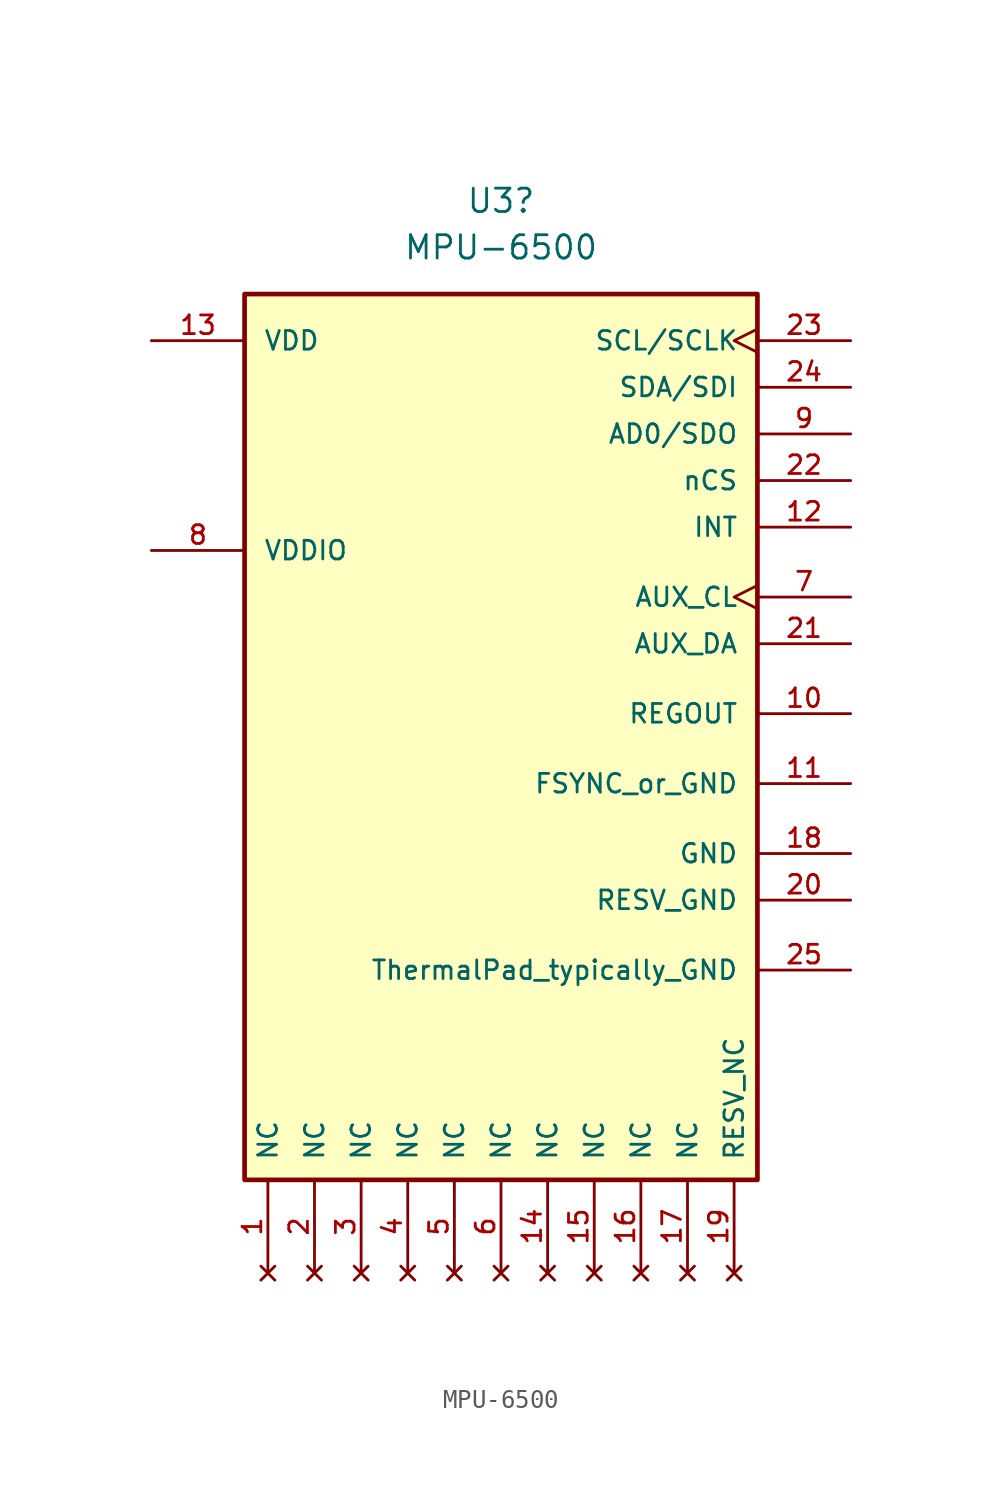
<source format=kicad_sym>
(kicad_symbol_lib
  (version 20241209)
  (generator "kicad_symbol_editor")
  (generator_version "9.0")
  (symbol "MPU-6500"
    (pin_names
      (offset 1.016))
    (property "Reference" "U3"
      (at 0 22.86 0)
      (effects (font (size 1.27 1.27))))
    (property "Value" "MPU-6500"
      (at 0 20.32 0)
      (effects (font (size 1.27 1.27))))
    (property "Qty Multiplier" ""
      (at 0 0 0)
      (effects (font (size 1.27 1.27))))
    (symbol "MPU-6500_0_0"
      (rectangle (start -13.97 17.78) (end 13.97 -30.48) (stroke (width 0.254) (type default)) (fill (type background)))
      (pin power_in line (at -19.05 15.24 0) (length 5.08) (name "VDD" (effects (font (size 1.016 1.016)))) (number "13" (effects (font (size 1.016 1.016)))))
      (pin power_in line (at -19.05 3.81 0) (length 5.08) (name "VDDIO" (effects (font (size 1.016 1.016)))) (number "8" (effects (font (size 1.016 1.016)))))
      (pin no_connect line (at -12.7 -35.56 90) (length 5.08) (name "NC" (effects (font (size 1.016 1.016)))) (number "1" (effects (font (size 1.016 1.016)))))
      (pin no_connect line (at -10.16 -35.56 90) (length 5.08) (name "NC" (effects (font (size 1.016 1.016)))) (number "2" (effects (font (size 1.016 1.016)))))
      (pin no_connect line (at -7.62 -35.56 90) (length 5.08) (name "NC" (effects (font (size 1.016 1.016)))) (number "3" (effects (font (size 1.016 1.016)))))
      (pin no_connect line (at -5.08 -35.56 90) (length 5.08) (name "NC" (effects (font (size 1.016 1.016)))) (number "4" (effects (font (size 1.016 1.016)))))
      (pin no_connect line (at -2.54 -35.56 90) (length 5.08) (name "NC" (effects (font (size 1.016 1.016)))) (number "5" (effects (font (size 1.016 1.016)))))
      (pin no_connect line (at 0 -35.56 90) (length 5.08) (name "NC" (effects (font (size 1.016 1.016)))) (number "6" (effects (font (size 1.016 1.016)))))
      (pin no_connect line (at 2.54 -35.56 90) (length 5.08) (name "NC" (effects (font (size 1.016 1.016)))) (number "14" (effects (font (size 1.016 1.016)))))
      (pin no_connect line (at 5.08 -35.56 90) (length 5.08) (name "NC" (effects (font (size 1.016 1.016)))) (number "15" (effects (font (size 1.016 1.016)))))
      (pin no_connect line (at 7.62 -35.56 90) (length 5.08) (name "NC" (effects (font (size 1.016 1.016)))) (number "16" (effects (font (size 1.016 1.016)))))
      (pin no_connect line (at 10.16 -35.56 90) (length 5.08) (name "NC" (effects (font (size 1.016 1.016)))) (number "17" (effects (font (size 1.016 1.016)))))
      (pin no_connect line (at 12.7 -35.56 90) (length 5.08) (name "RESV_NC" (effects (font (size 1.016 1.016)))) (number "19" (effects (font (size 1.016 1.016)))))
      (pin input clock (at 19.05 15.24 180) (length 5.08) (name "SCL/SCLK" (effects (font (size 1.016 1.016)))) (number "23" (effects (font (size 1.016 1.016)))))
      (pin bidirectional line (at 19.05 12.7 180) (length 5.08) (name "SDA/SDI" (effects (font (size 1.016 1.016)))) (number "24" (effects (font (size 1.016 1.016)))))
      (pin output line (at 19.05 10.16 180) (length 5.08) (name "AD0/SDO" (effects (font (size 1.016 1.016)))) (number "9" (effects (font (size 1.016 1.016)))))
      (pin input line (at 19.05 7.62 180) (length 5.08) (name "nCS" (effects (font (size 1.016 1.016)))) (number "22" (effects (font (size 1.016 1.016)))))
      (pin output line (at 19.05 5.08 180) (length 5.08) (name "INT" (effects (font (size 1.016 1.016)))) (number "12" (effects (font (size 1.016 1.016)))))
      (pin input clock (at 19.05 1.27 180) (length 5.08) (name "AUX_CL" (effects (font (size 1.016 1.016)))) (number "7" (effects (font (size 1.016 1.016)))))
      (pin bidirectional line (at 19.05 -1.27 180) (length 5.08) (name "AUX_DA" (effects (font (size 1.016 1.016)))) (number "21" (effects (font (size 1.016 1.016)))))
      (pin output line (at 19.05 -5.08 180) (length 5.08) (name "REGOUT" (effects (font (size 1.016 1.016)))) (number "10" (effects (font (size 1.016 1.016)))))
      (pin input line (at 19.05 -8.89 180) (length 5.08) (name "FSYNC_or_GND" (effects (font (size 1.016 1.016)))) (number "11" (effects (font (size 1.016 1.016)))))
      (pin power_in line (at 19.05 -12.7 180) (length 5.08) (name "GND" (effects (font (size 1.016 1.016)))) (number "18" (effects (font (size 1.016 1.016)))))
      (pin power_in line (at 19.05 -15.24 180) (length 5.08) (name "RESV_GND" (effects (font (size 1.016 1.016)))) (number "20" (effects (font (size 1.016 1.016)))))
      (pin power_in line (at 19.05 -19.05 180) (length 5.08) (name "ThermalPad_typically_GND" (effects (font (size 1.016 1.016)))) (number "25" (effects (font (size 1.016 1.016))))))))
</source>
